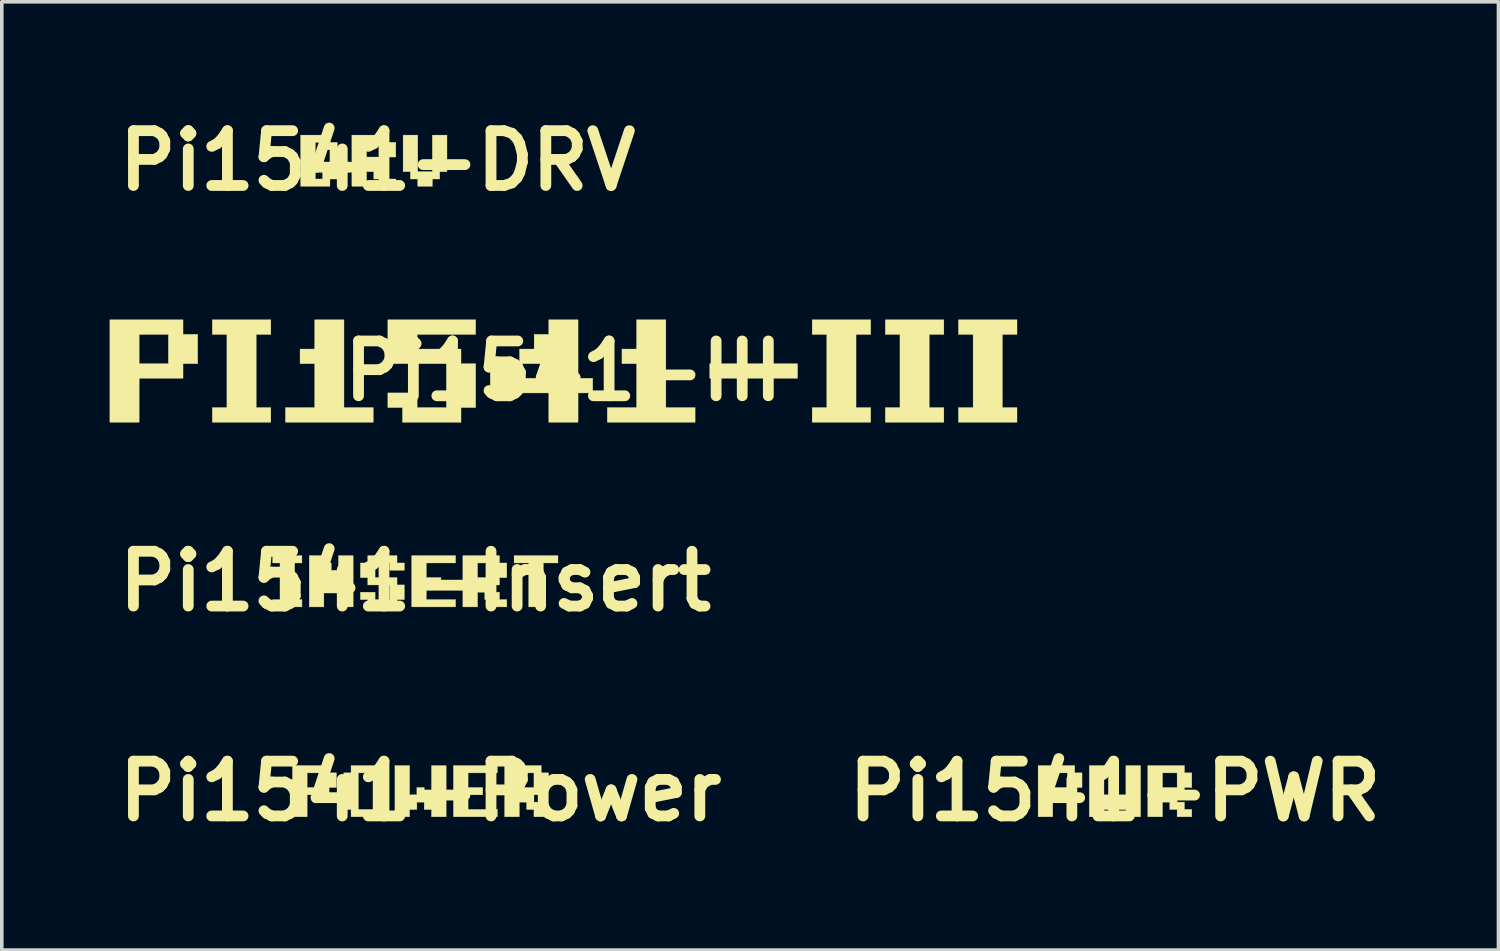
<source format=kicad_pcb>
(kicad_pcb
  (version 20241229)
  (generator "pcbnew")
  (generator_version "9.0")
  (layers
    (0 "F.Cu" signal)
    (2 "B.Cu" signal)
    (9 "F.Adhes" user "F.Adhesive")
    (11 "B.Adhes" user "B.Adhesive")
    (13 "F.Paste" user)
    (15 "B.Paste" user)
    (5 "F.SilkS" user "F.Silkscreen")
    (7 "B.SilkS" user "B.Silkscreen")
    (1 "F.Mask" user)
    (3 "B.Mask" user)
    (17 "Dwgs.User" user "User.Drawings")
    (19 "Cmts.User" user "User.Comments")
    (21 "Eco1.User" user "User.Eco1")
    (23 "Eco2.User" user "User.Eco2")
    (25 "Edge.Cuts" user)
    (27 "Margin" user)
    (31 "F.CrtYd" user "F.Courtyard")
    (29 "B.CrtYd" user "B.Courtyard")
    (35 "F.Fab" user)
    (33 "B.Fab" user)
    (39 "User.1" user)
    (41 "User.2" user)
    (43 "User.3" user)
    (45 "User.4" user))
  (footprint "Pi1541-Power"
    (layer "F.Cu")
    (at 8.643 18.948)
    (property "Reference" "Pi1541-Power" (at 0 0 0) (layer "F.SilkS") (effects (font (size 1.524 1.524) (thickness 0.3))))
    (attr through_hole)
    (fp_poly (pts (xy 2.136 -0.509) (xy 1.322 -0.509) (xy 1.322 -0.102) (xy 1.729 -0.102) (xy 1.729 0.102) (xy 1.322 0.102) (xy 1.322 0.509) (xy 2.136 0.509) (xy 2.136 0.712) (xy 0.915 0.712) (xy 0.915 -0.712) (xy 2.136 -0.712) (xy 2.136 -0.509)) (stroke (width 0.01) (type solid)) (fill yes) (layer "F.SilkS"))
    (fp_poly (pts (xy -2.543 -0.509) (xy -2.339 -0.509) (xy -2.339 -0.102) (xy -2.543 -0.102) (xy -2.543 0.102) (xy -3.153 0.102) (xy -3.153 0.712) (xy -3.56 0.712) (xy -3.56 -0.509) (xy -3.153 -0.509) (xy -3.153 -0.102) (xy -2.746 -0.102) (xy -2.746 -0.509) (xy -3.153 -0.509) (xy -3.56 -0.509) (xy -3.56 -0.712) (xy -2.543 -0.712) (xy -2.543 -0.509)) (stroke (width 0.01) (type solid)) (fill yes) (layer "F.SilkS"))
    (fp_poly (pts (xy -1.119 -0.509) (xy -0.915 -0.509) (xy -0.915 0.509) (xy -1.119 0.509) (xy -1.119 0.712) (xy -1.932 0.712) (xy -1.932 0.509) (xy -2.136 0.509) (xy -2.136 -0.509) (xy -1.932 -0.509) (xy -1.729 -0.509) (xy -1.729 0.509) (xy -1.322 0.509) (xy -1.322 -0.509) (xy -1.729 -0.509) (xy -1.932 -0.509) (xy -1.932 -0.712) (xy -1.119 -0.712) (xy -1.119 -0.509)) (stroke (width 0.01) (type solid)) (fill yes) (layer "F.SilkS"))
    (fp_poly (pts (xy -0.305 0.102) (xy -0.102 0.102) (xy -0.102 -0.102) (xy 0.102 -0.102) (xy 0.102 0.102) (xy 0.305 0.102) (xy 0.305 -0.712) (xy 0.712 -0.712) (xy 0.712 0.712) (xy 0.305 0.712) (xy 0.305 0.509) (xy 0.102 0.509) (xy 0.102 0.305) (xy -0.102 0.305) (xy -0.102 0.509) (xy -0.305 0.509) (xy -0.305 0.712) (xy -0.712 0.712) (xy -0.712 -0.712) (xy -0.305 -0.712) (xy -0.305 0.102)) (stroke (width 0.01) (type solid)) (fill yes) (layer "F.SilkS"))
    (fp_poly (pts (xy 3.356 -0.509) (xy 3.56 -0.509) (xy 3.56 -0.102) (xy 3.356 -0.102) (xy 3.356 0.102) (xy 3.153 0.102) (xy 3.153 0.305) (xy 3.356 0.305) (xy 3.356 0.509) (xy 3.56 0.509) (xy 3.56 0.712) (xy 3.153 0.712) (xy 3.153 0.509) (xy 2.949 0.509) (xy 2.949 0.305) (xy 2.746 0.305) (xy 2.746 0.712) (xy 2.339 0.712) (xy 2.339 -0.509) (xy 2.746 -0.509) (xy 2.746 -0.102) (xy 3.153 -0.102) (xy 3.153 -0.509) (xy 2.746 -0.509) (xy 2.339 -0.509) (xy 2.339 -0.712) (xy 3.356 -0.712) (xy 3.356 -0.509)) (stroke (width 0.01) (type solid)) (fill yes) (layer "F.SilkS")))
  (footprint "Pi1541-III"
    (layer "F.Cu")
    (at 12.616 7.265)
    (property "Reference" "Pi1541-III" (at 0 0 0) (layer "F.SilkS") (effects (font (size 1.524 1.524) (thickness 0.3))))
    (attr through_hole)
    (fp_poly (pts (xy 6.509 0.203) (xy 4.068 0.203) (xy 4.068 -0.203) (xy 6.509 -0.203) (xy 6.509 0.203)) (stroke (width 0.01) (type solid)) (fill yes) (layer "F.SilkS"))
    (fp_poly (pts (xy -8.136 -1.017) (xy -8.543 -1.017) (xy -8.543 1.017) (xy -8.136 1.017) (xy -8.136 1.424) (xy -9.763 1.424) (xy -9.763 1.017) (xy -9.357 1.017) (xy -9.357 -1.017) (xy -9.763 -1.017) (xy -9.763 -1.424) (xy -8.136 -1.424) (xy -8.136 -1.017)) (stroke (width 0.01) (type solid)) (fill yes) (layer "F.SilkS"))
    (fp_poly (pts (xy -6.102 1.017) (xy -5.288 1.017) (xy -5.288 1.424) (xy -7.729 1.424) (xy -7.729 1.017) (xy -6.916 1.017) (xy -6.916 -0.203) (xy -7.323 -0.203) (xy -7.323 -0.61) (xy -6.916 -0.61) (xy -6.916 -1.424) (xy -6.102 -1.424) (xy -6.102 1.017)) (stroke (width 0.01) (type solid)) (fill yes) (layer "F.SilkS"))
    (fp_poly (pts (xy 2.848 1.017) (xy 3.661 1.017) (xy 3.661 1.424) (xy 1.22 1.424) (xy 1.22 1.017) (xy 2.034 1.017) (xy 2.034 -0.203) (xy 1.627 -0.203) (xy 1.627 -0.61) (xy 2.034 -0.61) (xy 2.034 -1.424) (xy 2.848 -1.424) (xy 2.848 1.017)) (stroke (width 0.01) (type solid)) (fill yes) (layer "F.SilkS"))
    (fp_poly (pts (xy 8.543 -1.017) (xy 8.136 -1.017) (xy 8.136 1.017) (xy 8.543 1.017) (xy 8.543 1.424) (xy 6.916 1.424) (xy 6.916 1.017) (xy 7.323 1.017) (xy 7.323 -1.017) (xy 6.916 -1.017) (xy 6.916 -1.424) (xy 8.543 -1.424) (xy 8.543 -1.017)) (stroke (width 0.01) (type solid)) (fill yes) (layer "F.SilkS"))
    (fp_poly (pts (xy 10.577 -1.017) (xy 10.17 -1.017) (xy 10.17 1.017) (xy 10.577 1.017) (xy 10.577 1.424) (xy 8.95 1.424) (xy 8.95 1.017) (xy 9.357 1.017) (xy 9.357 -1.017) (xy 8.95 -1.017) (xy 8.95 -1.424) (xy 10.577 -1.424) (xy 10.577 -1.017)) (stroke (width 0.01) (type solid)) (fill yes) (layer "F.SilkS"))
    (fp_poly (pts (xy 12.611 -1.017) (xy 12.204 -1.017) (xy 12.204 1.017) (xy 12.611 1.017) (xy 12.611 1.424) (xy 10.984 1.424) (xy 10.984 1.017) (xy 11.391 1.017) (xy 11.391 -1.017) (xy 10.984 -1.017) (xy 10.984 -1.424) (xy 12.611 -1.424) (xy 12.611 -1.017)) (stroke (width 0.01) (type solid)) (fill yes) (layer "F.SilkS"))
    (fp_poly (pts (xy -10.577 -1.017) (xy -10.17 -1.017) (xy -10.17 -0.203) (xy -10.577 -0.203) (xy -10.577 0.203) (xy -11.797 0.203) (xy -11.797 1.424) (xy -12.611 1.424) (xy -12.611 -1.017) (xy -11.797 -1.017) (xy -11.797 -0.203) (xy -10.984 -0.203) (xy -10.984 -1.017) (xy -11.797 -1.017) (xy -12.611 -1.017) (xy -12.611 -1.424) (xy -10.577 -1.424) (xy -10.577 -1.017)) (stroke (width 0.01) (type solid)) (fill yes) (layer "F.SilkS"))
    (fp_poly (pts (xy -2.441 -1.017) (xy -4.068 -1.017) (xy -4.068 -0.61) (xy -2.848 -0.61) (xy -2.848 -0.203) (xy -2.441 -0.203) (xy -2.441 1.017) (xy -2.848 1.017) (xy -2.848 1.424) (xy -4.475 1.424) (xy -4.475 1.017) (xy -4.882 1.017) (xy -4.882 0.61) (xy -4.068 0.61) (xy -4.068 1.017) (xy -3.254 1.017) (xy -3.254 -0.203) (xy -4.882 -0.203) (xy -4.882 -1.424) (xy -2.441 -1.424) (xy -2.441 -1.017)) (stroke (width 0.01) (type solid)) (fill yes) (layer "F.SilkS"))
    (fp_poly (pts (xy 0.407 0.203) (xy 0.814 0.203) (xy 0.814 0.61) (xy 0.407 0.61) (xy 0.407 1.424) (xy -0.407 1.424) (xy -0.407 0.61) (xy -2.034 0.61) (xy -2.034 -0.203) (xy -1.22 -0.203) (xy -1.22 0.203) (xy -0.407 0.203) (xy -0.407 -0.203) (xy -1.22 -0.203) (xy -1.22 -0.61) (xy -0.814 -0.61) (xy -0.814 -1.017) (xy -0.407 -1.017) (xy -0.407 -1.424) (xy 0.407 -1.424) (xy 0.407 0.203)) (stroke (width 0.01) (type solid)) (fill yes) (layer "F.SilkS")))
  (footprint "Pi1541-Insert"
    (layer "F.Cu")
    (at 8.498 13.112)
    (property "Reference" "Pi1541-Insert" (at 0 0 0) (layer "F.SilkS") (effects (font (size 1.524 1.524) (thickness 0.3))))
    (attr through_hole)
    (fp_poly (pts (xy 3.966 -0.509) (xy 3.56 -0.509) (xy 3.56 0.712) (xy 3.153 0.712) (xy 3.153 -0.509) (xy 2.746 -0.509) (xy 2.746 -0.712) (xy 3.966 -0.712) (xy 3.966 -0.509)) (stroke (width 0.01) (type solid)) (fill yes) (layer "F.SilkS"))
    (fp_poly (pts (xy -3.153 -0.509) (xy -3.356 -0.509) (xy -3.356 0.509) (xy -3.153 0.509) (xy -3.153 0.712) (xy -3.966 0.712) (xy -3.966 0.509) (xy -3.763 0.509) (xy -3.763 -0.509) (xy -3.966 -0.509) (xy -3.966 -0.712) (xy -3.153 -0.712) (xy -3.153 -0.509)) (stroke (width 0.01) (type solid)) (fill yes) (layer "F.SilkS"))
    (fp_poly (pts (xy 1.119 -0.509) (xy 0.305 -0.509) (xy 0.305 -0.102) (xy 0.712 -0.102) (xy 0.712 0.102) (xy 0.305 0.102) (xy 0.305 0.509) (xy 1.119 0.509) (xy 1.119 0.712) (xy -0.102 0.712) (xy -0.102 -0.712) (xy 1.119 -0.712) (xy 1.119 -0.509)) (stroke (width 0.01) (type solid)) (fill yes) (layer "F.SilkS"))
    (fp_poly (pts (xy -2.543 -0.509) (xy -2.339 -0.509) (xy -2.339 -0.305) (xy -2.136 -0.305) (xy -2.136 -0.712) (xy -1.729 -0.712) (xy -1.729 0.712) (xy -2.136 0.712) (xy -2.136 0.305) (xy -2.339 0.305) (xy -2.339 0.102) (xy -2.543 0.102) (xy -2.543 0.712) (xy -2.949 0.712) (xy -2.949 -0.712) (xy -2.543 -0.712) (xy -2.543 -0.509)) (stroke (width 0.01) (type solid)) (fill yes) (layer "F.SilkS"))
    (fp_poly (pts (xy 2.339 -0.509) (xy 2.543 -0.509) (xy 2.543 -0.102) (xy 2.339 -0.102) (xy 2.339 0.102) (xy 2.136 0.102) (xy 2.136 0.305) (xy 2.339 0.305) (xy 2.339 0.509) (xy 2.543 0.509) (xy 2.543 0.712) (xy 2.136 0.712) (xy 2.136 0.509) (xy 1.932 0.509) (xy 1.932 0.305) (xy 1.729 0.305) (xy 1.729 0.712) (xy 1.322 0.712) (xy 1.322 -0.509) (xy 1.729 -0.509) (xy 1.729 -0.102) (xy 2.136 -0.102) (xy 2.136 -0.509) (xy 1.729 -0.509) (xy 1.322 -0.509) (xy 1.322 -0.712) (xy 2.339 -0.712) (xy 2.339 -0.509)) (stroke (width 0.01) (type solid)) (fill yes) (layer "F.SilkS"))
    (fp_poly (pts (xy -0.509 -0.509) (xy -0.305 -0.509) (xy -0.305 -0.305) (xy -0.712 -0.305) (xy -0.712 -0.509) (xy -1.119 -0.509) (xy -1.119 -0.102) (xy -0.509 -0.102) (xy -0.509 0.102) (xy -0.305 0.102) (xy -0.305 0.509) (xy -0.509 0.509) (xy -0.509 0.712) (xy -1.322 0.712) (xy -1.322 0.509) (xy -1.526 0.509) (xy -1.526 0.305) (xy -1.119 0.305) (xy -1.119 0.509) (xy -0.712 0.509) (xy -0.712 0.102) (xy -1.322 0.102) (xy -1.322 -0.102) (xy -1.526 -0.102) (xy -1.526 -0.509) (xy -1.322 -0.509) (xy -1.322 -0.712) (xy -0.509 -0.712) (xy -0.509 -0.509)) (stroke (width 0.01) (type solid)) (fill yes) (layer "F.SilkS")))
  (footprint "Pi1541-DRV"
    (layer "F.Cu")
    (at 7.446 1.418)
    (property "Reference" "Pi1541-DRV" (at 0 0 0) (layer "F.SilkS") (effects (font (size 1.524 1.524) (thickness 0.3))))
    (attr through_hole)
    (fp_poly (pts (xy 1.119 0.305) (xy 1.526 0.305) (xy 1.526 -0.712) (xy 1.932 -0.712) (xy 1.932 0.305) (xy 1.729 0.305) (xy 1.729 0.509) (xy 1.526 0.509) (xy 1.526 0.712) (xy 1.119 0.712) (xy 1.119 0.509) (xy 0.915 0.509) (xy 0.915 0.305) (xy 0.712 0.305) (xy 0.712 -0.712) (xy 1.119 -0.712) (xy 1.119 0.305)) (stroke (width 0.01) (type solid)) (fill yes) (layer "F.SilkS"))
    (fp_poly (pts (xy -1.322 -0.509) (xy -1.119 -0.509) (xy -1.119 -0.305) (xy -0.915 -0.305) (xy -0.915 0.305) (xy -1.119 0.305) (xy -1.119 0.509) (xy -1.322 0.509) (xy -1.322 0.712) (xy -2.136 0.712) (xy -2.136 -0.509) (xy -1.729 -0.509) (xy -1.729 0.509) (xy -1.526 0.509) (xy -1.526 0.305) (xy -1.322 0.305) (xy -1.322 -0.305) (xy -1.526 -0.305) (xy -1.526 -0.509) (xy -1.729 -0.509) (xy -2.136 -0.509) (xy -2.136 -0.712) (xy -1.322 -0.712) (xy -1.322 -0.509)) (stroke (width 0.01) (type solid)) (fill yes) (layer "F.SilkS"))
    (fp_poly (pts (xy 0.305 -0.509) (xy 0.509 -0.509) (xy 0.509 -0.102) (xy 0.305 -0.102) (xy 0.305 0.102) (xy 0.102 0.102) (xy 0.102 0.305) (xy 0.305 0.305) (xy 0.305 0.509) (xy 0.509 0.509) (xy 0.509 0.712) (xy 0.102 0.712) (xy 0.102 0.509) (xy -0.102 0.509) (xy -0.102 0.305) (xy -0.305 0.305) (xy -0.305 0.712) (xy -0.712 0.712) (xy -0.712 -0.509) (xy -0.305 -0.509) (xy -0.305 -0.102) (xy 0.102 -0.102) (xy 0.102 -0.509) (xy -0.305 -0.509) (xy -0.712 -0.509) (xy -0.712 -0.712) (xy 0.305 -0.712) (xy 0.305 -0.509)) (stroke (width 0.01) (type solid)) (fill yes) (layer "F.SilkS")))
  (footprint "Pi1541-PWR"
    (layer "F.Cu")
    (at 27.95 18.948)
    (property "Reference" "Pi1541-PWR" (at 0 0 0) (layer "F.SilkS") (effects (font (size 1.524 1.524) (thickness 0.3))))
    (attr through_hole)
    (fp_poly (pts (xy -1.119 -0.509) (xy -0.915 -0.509) (xy -0.915 -0.102) (xy -1.119 -0.102) (xy -1.119 0.102) (xy -1.729 0.102) (xy -1.729 0.712) (xy -2.136 0.712) (xy -2.136 -0.509) (xy -1.729 -0.509) (xy -1.729 -0.102) (xy -1.322 -0.102) (xy -1.322 -0.509) (xy -1.729 -0.509) (xy -2.136 -0.509) (xy -2.136 -0.712) (xy -1.119 -0.712) (xy -1.119 -0.509)) (stroke (width 0.01) (type solid)) (fill yes) (layer "F.SilkS"))
    (fp_poly (pts (xy -0.305 0.102) (xy -0.102 0.102) (xy -0.102 -0.102) (xy 0.102 -0.102) (xy 0.102 0.102) (xy 0.305 0.102) (xy 0.305 -0.712) (xy 0.712 -0.712) (xy 0.712 0.712) (xy 0.305 0.712) (xy 0.305 0.509) (xy 0.102 0.509) (xy 0.102 0.305) (xy -0.102 0.305) (xy -0.102 0.509) (xy -0.305 0.509) (xy -0.305 0.712) (xy -0.712 0.712) (xy -0.712 -0.712) (xy -0.305 -0.712) (xy -0.305 0.102)) (stroke (width 0.01) (type solid)) (fill yes) (layer "F.SilkS"))
    (fp_poly (pts (xy 1.932 -0.509) (xy 2.136 -0.509) (xy 2.136 -0.102) (xy 1.932 -0.102) (xy 1.932 0.102) (xy 1.729 0.102) (xy 1.729 0.305) (xy 1.932 0.305) (xy 1.932 0.509) (xy 2.136 0.509) (xy 2.136 0.712) (xy 1.729 0.712) (xy 1.729 0.509) (xy 1.526 0.509) (xy 1.526 0.305) (xy 1.322 0.305) (xy 1.322 0.712) (xy 0.915 0.712) (xy 0.915 -0.509) (xy 1.322 -0.509) (xy 1.322 -0.102) (xy 1.729 -0.102) (xy 1.729 -0.509) (xy 1.322 -0.509) (xy 0.915 -0.509) (xy 0.915 -0.712) (xy 1.932 -0.712) (xy 1.932 -0.509)) (stroke (width 0.01) (type solid)) (fill yes) (layer "F.SilkS")))
  (gr_rect
    (start -3 -3)
    (end 38.614 23.366)
    (stroke (width 0.1) (type default))
    (fill no)
    (layer "Edge.Cuts")))
</source>
